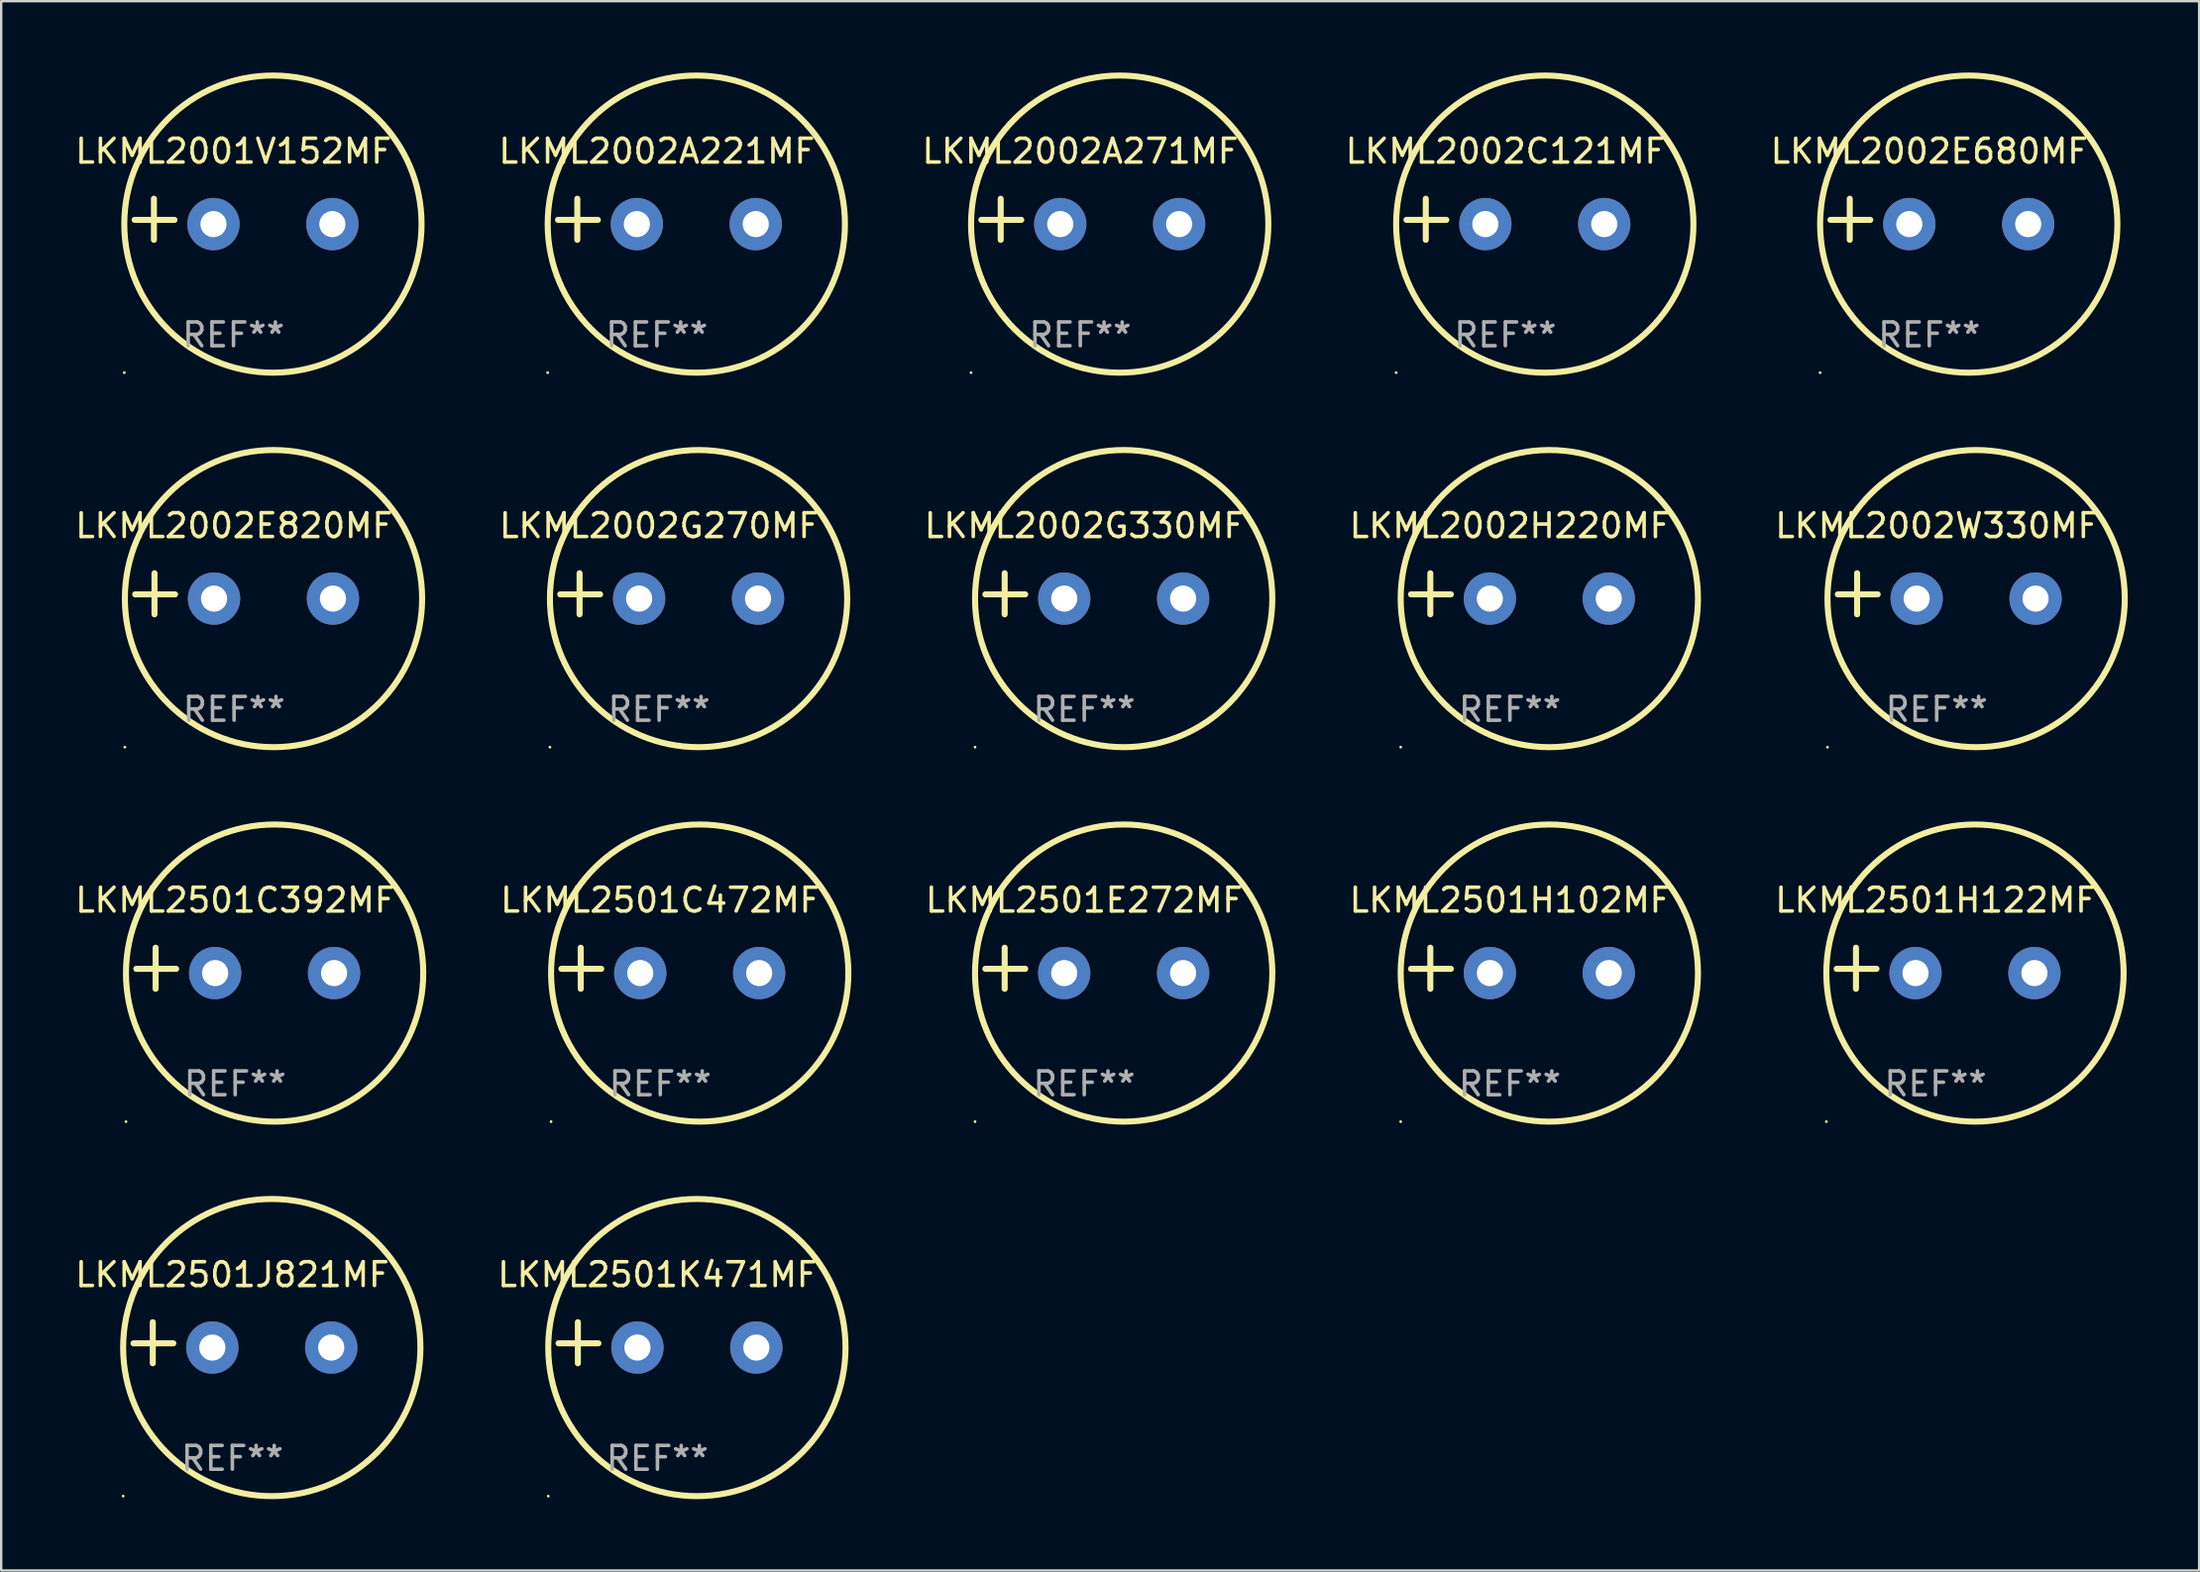
<source format=kicad_pcb>
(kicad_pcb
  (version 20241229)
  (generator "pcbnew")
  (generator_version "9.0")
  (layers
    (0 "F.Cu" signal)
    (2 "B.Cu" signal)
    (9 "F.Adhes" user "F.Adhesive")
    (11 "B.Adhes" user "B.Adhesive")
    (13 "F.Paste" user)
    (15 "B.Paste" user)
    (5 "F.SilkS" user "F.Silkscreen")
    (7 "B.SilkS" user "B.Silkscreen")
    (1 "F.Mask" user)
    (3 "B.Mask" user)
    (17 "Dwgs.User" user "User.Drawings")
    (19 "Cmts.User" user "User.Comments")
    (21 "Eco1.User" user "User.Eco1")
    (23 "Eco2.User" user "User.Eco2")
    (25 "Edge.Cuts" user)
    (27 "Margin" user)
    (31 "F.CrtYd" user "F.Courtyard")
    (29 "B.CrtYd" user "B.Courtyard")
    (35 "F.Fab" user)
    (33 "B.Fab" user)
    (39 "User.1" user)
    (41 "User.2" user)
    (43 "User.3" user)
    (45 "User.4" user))
  (footprint "LKML2002E680MF"
    (layer "F.Cu")
    (at 78.075 6.174)
    (property "Reference" "LKML2002E680MF" (at 0 -2.864 0) (layer "F.SilkS") (effects (font (size 1 1) (thickness 0.15))))
    (attr through_hole)
    (fp_line (start -3.346 0.864) (end -3.346 -0.864) (stroke (width 0.254) (type solid)) (layer "F.SilkS"))
    (fp_line (start -2.482 0.025) (end -4.158 0.025) (stroke (width 0.254) (type solid)) (layer "F.SilkS"))
    (fp_circle (center -4.592 6.453) (end -4.562 6.453) (stroke (width 0.06) (type solid)) (fill no) (layer "F.SilkS"))
    (fp_circle (center 1.658 0.203) (end 7.908 0.203) (stroke (width 0.254) (type solid)) (fill no) (layer "F.SilkS"))
    (fp_text user "REF**" (at 0 4.864 0) (layer "F.Fab") (effects (font (size 1 1) (thickness 0.15))))
    (pad "1" thru_hole circle (at -0.842 0.203) (size 2.2 2.2) (drill 1.1) (layers "*.Cu" "*.Mask"))
    (pad "2" thru_hole circle (at 4.158 0.203) (size 2.2 2.2) (drill 1.1) (layers "*.Cu" "*.Mask")))
  (footprint "LKML2002E820MF"
    (layer "F.Cu")
    (at 6.792 21.928)
    (property "Reference" "LKML2002E820MF" (at 0 -2.864 0) (layer "F.SilkS") (effects (font (size 1 1) (thickness 0.15))))
    (attr through_hole)
    (fp_line (start -3.346 0.864) (end -3.346 -0.864) (stroke (width 0.254) (type solid)) (layer "F.SilkS"))
    (fp_line (start -2.482 0.025) (end -4.158 0.025) (stroke (width 0.254) (type solid)) (layer "F.SilkS"))
    (fp_circle (center -4.592 6.453) (end -4.562 6.453) (stroke (width 0.06) (type solid)) (fill no) (layer "F.SilkS"))
    (fp_circle (center 1.658 0.203) (end 7.908 0.203) (stroke (width 0.254) (type solid)) (fill no) (layer "F.SilkS"))
    (fp_text user "REF**" (at 0 4.864 0) (layer "F.Fab") (effects (font (size 1 1) (thickness 0.15))))
    (pad "1" thru_hole circle (at -0.842 0.203) (size 2.2 2.2) (drill 1.1) (layers "*.Cu" "*.Mask"))
    (pad "2" thru_hole circle (at 4.158 0.203) (size 2.2 2.2) (drill 1.1) (layers "*.Cu" "*.Mask")))
  (footprint "LKML2501J821MF"
    (layer "F.Cu")
    (at 6.72 53.435)
    (property "Reference" "LKML2501J821MF" (at 0 -2.864 0) (layer "F.SilkS") (effects (font (size 1 1) (thickness 0.15))))
    (attr through_hole)
    (fp_line (start -3.346 0.864) (end -3.346 -0.864) (stroke (width 0.254) (type solid)) (layer "F.SilkS"))
    (fp_line (start -2.482 0.025) (end -4.158 0.025) (stroke (width 0.254) (type solid)) (layer "F.SilkS"))
    (fp_circle (center -4.592 6.453) (end -4.562 6.453) (stroke (width 0.06) (type solid)) (fill no) (layer "F.SilkS"))
    (fp_circle (center 1.658 0.203) (end 7.908 0.203) (stroke (width 0.254) (type solid)) (fill no) (layer "F.SilkS"))
    (fp_text user "REF**" (at 0 4.864 0) (layer "F.Fab") (effects (font (size 1 1) (thickness 0.15))))
    (pad "1" thru_hole circle (at -0.842 0.203) (size 2.2 2.2) (drill 1.1) (layers "*.Cu" "*.Mask"))
    (pad "2" thru_hole circle (at 4.158 0.203) (size 2.2 2.2) (drill 1.1) (layers "*.Cu" "*.Mask")))
  (footprint "LKML2002W330MF"
    (layer "F.Cu")
    (at 78.385 21.928)
    (property "Reference" "LKML2002W330MF" (at 0 -2.864 0) (layer "F.SilkS") (effects (font (size 1 1) (thickness 0.15))))
    (attr through_hole)
    (fp_line (start -3.346 0.864) (end -3.346 -0.864) (stroke (width 0.254) (type solid)) (layer "F.SilkS"))
    (fp_line (start -2.482 0.025) (end -4.158 0.025) (stroke (width 0.254) (type solid)) (layer "F.SilkS"))
    (fp_circle (center -4.592 6.453) (end -4.562 6.453) (stroke (width 0.06) (type solid)) (fill no) (layer "F.SilkS"))
    (fp_circle (center 1.658 0.203) (end 7.908 0.203) (stroke (width 0.254) (type solid)) (fill no) (layer "F.SilkS"))
    (fp_text user "REF**" (at 0 4.864 0) (layer "F.Fab") (effects (font (size 1 1) (thickness 0.15))))
    (pad "1" thru_hole circle (at -0.842 0.203) (size 2.2 2.2) (drill 1.1) (layers "*.Cu" "*.Mask"))
    (pad "2" thru_hole circle (at 4.158 0.203) (size 2.2 2.2) (drill 1.1) (layers "*.Cu" "*.Mask")))
  (footprint "LKML2501C472MF"
    (layer "F.Cu")
    (at 24.714 37.681)
    (property "Reference" "LKML2501C472MF" (at 0 -2.864 0) (layer "F.SilkS") (effects (font (size 1 1) (thickness 0.15))))
    (attr through_hole)
    (fp_line (start -3.346 0.864) (end -3.346 -0.864) (stroke (width 0.254) (type solid)) (layer "F.SilkS"))
    (fp_line (start -2.482 0.025) (end -4.158 0.025) (stroke (width 0.254) (type solid)) (layer "F.SilkS"))
    (fp_circle (center -4.592 6.453) (end -4.562 6.453) (stroke (width 0.06) (type solid)) (fill no) (layer "F.SilkS"))
    (fp_circle (center 1.658 0.203) (end 7.908 0.203) (stroke (width 0.254) (type solid)) (fill no) (layer "F.SilkS"))
    (fp_text user "REF**" (at 0 4.864 0) (layer "F.Fab") (effects (font (size 1 1) (thickness 0.15))))
    (pad "1" thru_hole circle (at -0.842 0.203) (size 2.2 2.2) (drill 1.1) (layers "*.Cu" "*.Mask"))
    (pad "2" thru_hole circle (at 4.158 0.203) (size 2.2 2.2) (drill 1.1) (layers "*.Cu" "*.Mask")))
  (footprint "LKML2001V152MF"
    (layer "F.Cu")
    (at 6.768 6.174)
    (property "Reference" "LKML2001V152MF" (at 0 -2.864 0) (layer "F.SilkS") (effects (font (size 1 1) (thickness 0.15))))
    (attr through_hole)
    (fp_line (start -3.346 0.864) (end -3.346 -0.864) (stroke (width 0.254) (type solid)) (layer "F.SilkS"))
    (fp_line (start -2.482 0.025) (end -4.158 0.025) (stroke (width 0.254) (type solid)) (layer "F.SilkS"))
    (fp_circle (center -4.592 6.453) (end -4.562 6.453) (stroke (width 0.06) (type solid)) (fill no) (layer "F.SilkS"))
    (fp_circle (center 1.658 0.203) (end 7.908 0.203) (stroke (width 0.254) (type solid)) (fill no) (layer "F.SilkS"))
    (fp_text user "REF**" (at 0 4.864 0) (layer "F.Fab") (effects (font (size 1 1) (thickness 0.15))))
    (pad "1" thru_hole circle (at -0.842 0.203) (size 2.2 2.2) (drill 1.1) (layers "*.Cu" "*.Mask"))
    (pad "2" thru_hole circle (at 4.158 0.203) (size 2.2 2.2) (drill 1.1) (layers "*.Cu" "*.Mask")))
  (footprint "LKML2002A221MF"
    (layer "F.Cu")
    (at 24.571 6.174)
    (property "Reference" "LKML2002A221MF" (at 0 -2.864 0) (layer "F.SilkS") (effects (font (size 1 1) (thickness 0.15))))
    (attr through_hole)
    (fp_line (start -3.346 0.864) (end -3.346 -0.864) (stroke (width 0.254) (type solid)) (layer "F.SilkS"))
    (fp_line (start -2.482 0.025) (end -4.158 0.025) (stroke (width 0.254) (type solid)) (layer "F.SilkS"))
    (fp_circle (center -4.592 6.453) (end -4.562 6.453) (stroke (width 0.06) (type solid)) (fill no) (layer "F.SilkS"))
    (fp_circle (center 1.658 0.203) (end 7.908 0.203) (stroke (width 0.254) (type solid)) (fill no) (layer "F.SilkS"))
    (fp_text user "REF**" (at 0 4.864 0) (layer "F.Fab") (effects (font (size 1 1) (thickness 0.15))))
    (pad "1" thru_hole circle (at -0.842 0.203) (size 2.2 2.2) (drill 1.1) (layers "*.Cu" "*.Mask"))
    (pad "2" thru_hole circle (at 4.158 0.203) (size 2.2 2.2) (drill 1.1) (layers "*.Cu" "*.Mask")))
  (footprint "LKML2002A271MF"
    (layer "F.Cu")
    (at 42.374 6.174)
    (property "Reference" "LKML2002A271MF" (at 0 -2.864 0) (layer "F.SilkS") (effects (font (size 1 1) (thickness 0.15))))
    (attr through_hole)
    (fp_line (start -3.346 0.864) (end -3.346 -0.864) (stroke (width 0.254) (type solid)) (layer "F.SilkS"))
    (fp_line (start -2.482 0.025) (end -4.158 0.025) (stroke (width 0.254) (type solid)) (layer "F.SilkS"))
    (fp_circle (center -4.592 6.453) (end -4.562 6.453) (stroke (width 0.06) (type solid)) (fill no) (layer "F.SilkS"))
    (fp_circle (center 1.658 0.203) (end 7.908 0.203) (stroke (width 0.254) (type solid)) (fill no) (layer "F.SilkS"))
    (fp_text user "REF**" (at 0 4.864 0) (layer "F.Fab") (effects (font (size 1 1) (thickness 0.15))))
    (pad "1" thru_hole circle (at -0.842 0.203) (size 2.2 2.2) (drill 1.1) (layers "*.Cu" "*.Mask"))
    (pad "2" thru_hole circle (at 4.158 0.203) (size 2.2 2.2) (drill 1.1) (layers "*.Cu" "*.Mask")))
  (footprint "LKML2501K471MF"
    (layer "F.Cu")
    (at 24.595 53.435)
    (property "Reference" "LKML2501K471MF" (at 0 -2.864 0) (layer "F.SilkS") (effects (font (size 1 1) (thickness 0.15))))
    (attr through_hole)
    (fp_line (start -3.346 0.864) (end -3.346 -0.864) (stroke (width 0.254) (type solid)) (layer "F.SilkS"))
    (fp_line (start -2.482 0.025) (end -4.158 0.025) (stroke (width 0.254) (type solid)) (layer "F.SilkS"))
    (fp_circle (center -4.592 6.453) (end -4.562 6.453) (stroke (width 0.06) (type solid)) (fill no) (layer "F.SilkS"))
    (fp_circle (center 1.658 0.203) (end 7.908 0.203) (stroke (width 0.254) (type solid)) (fill no) (layer "F.SilkS"))
    (fp_text user "REF**" (at 0 4.864 0) (layer "F.Fab") (effects (font (size 1 1) (thickness 0.15))))
    (pad "1" thru_hole circle (at -0.842 0.203) (size 2.2 2.2) (drill 1.1) (layers "*.Cu" "*.Mask"))
    (pad "2" thru_hole circle (at 4.158 0.203) (size 2.2 2.2) (drill 1.1) (layers "*.Cu" "*.Mask")))
  (footprint "LKML2002H220MF"
    (layer "F.Cu")
    (at 60.439 21.928)
    (property "Reference" "LKML2002H220MF" (at 0 -2.864 0) (layer "F.SilkS") (effects (font (size 1 1) (thickness 0.15))))
    (attr through_hole)
    (fp_line (start -3.346 0.864) (end -3.346 -0.864) (stroke (width 0.254) (type solid)) (layer "F.SilkS"))
    (fp_line (start -2.482 0.025) (end -4.158 0.025) (stroke (width 0.254) (type solid)) (layer "F.SilkS"))
    (fp_circle (center -4.592 6.453) (end -4.562 6.453) (stroke (width 0.06) (type solid)) (fill no) (layer "F.SilkS"))
    (fp_circle (center 1.658 0.203) (end 7.908 0.203) (stroke (width 0.254) (type solid)) (fill no) (layer "F.SilkS"))
    (fp_text user "REF**" (at 0 4.864 0) (layer "F.Fab") (effects (font (size 1 1) (thickness 0.15))))
    (pad "1" thru_hole circle (at -0.842 0.203) (size 2.2 2.2) (drill 1.1) (layers "*.Cu" "*.Mask"))
    (pad "2" thru_hole circle (at 4.158 0.203) (size 2.2 2.2) (drill 1.1) (layers "*.Cu" "*.Mask")))
  (footprint "LKML2501E272MF"
    (layer "F.Cu")
    (at 42.541 37.681)
    (property "Reference" "LKML2501E272MF" (at 0 -2.864 0) (layer "F.SilkS") (effects (font (size 1 1) (thickness 0.15))))
    (attr through_hole)
    (fp_line (start -3.346 0.864) (end -3.346 -0.864) (stroke (width 0.254) (type solid)) (layer "F.SilkS"))
    (fp_line (start -2.482 0.025) (end -4.158 0.025) (stroke (width 0.254) (type solid)) (layer "F.SilkS"))
    (fp_circle (center -4.592 6.453) (end -4.562 6.453) (stroke (width 0.06) (type solid)) (fill no) (layer "F.SilkS"))
    (fp_circle (center 1.658 0.203) (end 7.908 0.203) (stroke (width 0.254) (type solid)) (fill no) (layer "F.SilkS"))
    (fp_text user "REF**" (at 0 4.864 0) (layer "F.Fab") (effects (font (size 1 1) (thickness 0.15))))
    (pad "1" thru_hole circle (at -0.842 0.203) (size 2.2 2.2) (drill 1.1) (layers "*.Cu" "*.Mask"))
    (pad "2" thru_hole circle (at 4.158 0.203) (size 2.2 2.2) (drill 1.1) (layers "*.Cu" "*.Mask")))
  (footprint "LKML2501C392MF"
    (layer "F.Cu")
    (at 6.839 37.681)
    (property "Reference" "LKML2501C392MF" (at 0 -2.864 0) (layer "F.SilkS") (effects (font (size 1 1) (thickness 0.15))))
    (attr through_hole)
    (fp_line (start -3.346 0.864) (end -3.346 -0.864) (stroke (width 0.254) (type solid)) (layer "F.SilkS"))
    (fp_line (start -2.482 0.025) (end -4.158 0.025) (stroke (width 0.254) (type solid)) (layer "F.SilkS"))
    (fp_circle (center -4.592 6.453) (end -4.562 6.453) (stroke (width 0.06) (type solid)) (fill no) (layer "F.SilkS"))
    (fp_circle (center 1.658 0.203) (end 7.908 0.203) (stroke (width 0.254) (type solid)) (fill no) (layer "F.SilkS"))
    (fp_text user "REF**" (at 0 4.864 0) (layer "F.Fab") (effects (font (size 1 1) (thickness 0.15))))
    (pad "1" thru_hole circle (at -0.842 0.203) (size 2.2 2.2) (drill 1.1) (layers "*.Cu" "*.Mask"))
    (pad "2" thru_hole circle (at 4.158 0.203) (size 2.2 2.2) (drill 1.1) (layers "*.Cu" "*.Mask")))
  (footprint "LKML2501H102MF"
    (layer "F.Cu")
    (at 60.439 37.681)
    (property "Reference" "LKML2501H102MF" (at 0 -2.864 0) (layer "F.SilkS") (effects (font (size 1 1) (thickness 0.15))))
    (attr through_hole)
    (fp_line (start -3.346 0.864) (end -3.346 -0.864) (stroke (width 0.254) (type solid)) (layer "F.SilkS"))
    (fp_line (start -2.482 0.025) (end -4.158 0.025) (stroke (width 0.254) (type solid)) (layer "F.SilkS"))
    (fp_circle (center -4.592 6.453) (end -4.562 6.453) (stroke (width 0.06) (type solid)) (fill no) (layer "F.SilkS"))
    (fp_circle (center 1.658 0.203) (end 7.908 0.203) (stroke (width 0.254) (type solid)) (fill no) (layer "F.SilkS"))
    (fp_text user "REF**" (at 0 4.864 0) (layer "F.Fab") (effects (font (size 1 1) (thickness 0.15))))
    (pad "1" thru_hole circle (at -0.842 0.203) (size 2.2 2.2) (drill 1.1) (layers "*.Cu" "*.Mask"))
    (pad "2" thru_hole circle (at 4.158 0.203) (size 2.2 2.2) (drill 1.1) (layers "*.Cu" "*.Mask")))
  (footprint "LKML2002C121MF"
    (layer "F.Cu")
    (at 60.248 6.174)
    (property "Reference" "LKML2002C121MF" (at 0 -2.864 0) (layer "F.SilkS") (effects (font (size 1 1) (thickness 0.15))))
    (attr through_hole)
    (fp_line (start -3.346 0.864) (end -3.346 -0.864) (stroke (width 0.254) (type solid)) (layer "F.SilkS"))
    (fp_line (start -2.482 0.025) (end -4.158 0.025) (stroke (width 0.254) (type solid)) (layer "F.SilkS"))
    (fp_circle (center -4.592 6.453) (end -4.562 6.453) (stroke (width 0.06) (type solid)) (fill no) (layer "F.SilkS"))
    (fp_circle (center 1.658 0.203) (end 7.908 0.203) (stroke (width 0.254) (type solid)) (fill no) (layer "F.SilkS"))
    (fp_text user "REF**" (at 0 4.864 0) (layer "F.Fab") (effects (font (size 1 1) (thickness 0.15))))
    (pad "1" thru_hole circle (at -0.842 0.203) (size 2.2 2.2) (drill 1.1) (layers "*.Cu" "*.Mask"))
    (pad "2" thru_hole circle (at 4.158 0.203) (size 2.2 2.2) (drill 1.1) (layers "*.Cu" "*.Mask")))
  (footprint "LKML2501H122MF"
    (layer "F.Cu")
    (at 78.337 37.681)
    (property "Reference" "LKML2501H122MF" (at 0 -2.864 0) (layer "F.SilkS") (effects (font (size 1 1) (thickness 0.15))))
    (attr through_hole)
    (fp_line (start -3.346 0.864) (end -3.346 -0.864) (stroke (width 0.254) (type solid)) (layer "F.SilkS"))
    (fp_line (start -2.482 0.025) (end -4.158 0.025) (stroke (width 0.254) (type solid)) (layer "F.SilkS"))
    (fp_circle (center -4.592 6.453) (end -4.562 6.453) (stroke (width 0.06) (type solid)) (fill no) (layer "F.SilkS"))
    (fp_circle (center 1.658 0.203) (end 7.908 0.203) (stroke (width 0.254) (type solid)) (fill no) (layer "F.SilkS"))
    (fp_text user "REF**" (at 0 4.864 0) (layer "F.Fab") (effects (font (size 1 1) (thickness 0.15))))
    (pad "1" thru_hole circle (at -0.842 0.203) (size 2.2 2.2) (drill 1.1) (layers "*.Cu" "*.Mask"))
    (pad "2" thru_hole circle (at 4.158 0.203) (size 2.2 2.2) (drill 1.1) (layers "*.Cu" "*.Mask")))
  (footprint "LKML2002G270MF"
    (layer "F.Cu")
    (at 24.666 21.928)
    (property "Reference" "LKML2002G270MF" (at 0 -2.864 0) (layer "F.SilkS") (effects (font (size 1 1) (thickness 0.15))))
    (attr through_hole)
    (fp_line (start -3.346 0.864) (end -3.346 -0.864) (stroke (width 0.254) (type solid)) (layer "F.SilkS"))
    (fp_line (start -2.482 0.025) (end -4.158 0.025) (stroke (width 0.254) (type solid)) (layer "F.SilkS"))
    (fp_circle (center -4.592 6.453) (end -4.562 6.453) (stroke (width 0.06) (type solid)) (fill no) (layer "F.SilkS"))
    (fp_circle (center 1.658 0.203) (end 7.908 0.203) (stroke (width 0.254) (type solid)) (fill no) (layer "F.SilkS"))
    (fp_text user "REF**" (at 0 4.864 0) (layer "F.Fab") (effects (font (size 1 1) (thickness 0.15))))
    (pad "1" thru_hole circle (at -0.842 0.203) (size 2.2 2.2) (drill 1.1) (layers "*.Cu" "*.Mask"))
    (pad "2" thru_hole circle (at 4.158 0.203) (size 2.2 2.2) (drill 1.1) (layers "*.Cu" "*.Mask")))
  (footprint "LKML2002G330MF"
    (layer "F.Cu")
    (at 42.541 21.928)
    (property "Reference" "LKML2002G330MF" (at 0 -2.864 0) (layer "F.SilkS") (effects (font (size 1 1) (thickness 0.15))))
    (attr through_hole)
    (fp_line (start -3.346 0.864) (end -3.346 -0.864) (stroke (width 0.254) (type solid)) (layer "F.SilkS"))
    (fp_line (start -2.482 0.025) (end -4.158 0.025) (stroke (width 0.254) (type solid)) (layer "F.SilkS"))
    (fp_circle (center -4.592 6.453) (end -4.562 6.453) (stroke (width 0.06) (type solid)) (fill no) (layer "F.SilkS"))
    (fp_circle (center 1.658 0.203) (end 7.908 0.203) (stroke (width 0.254) (type solid)) (fill no) (layer "F.SilkS"))
    (fp_text user "REF**" (at 0 4.864 0) (layer "F.Fab") (effects (font (size 1 1) (thickness 0.15))))
    (pad "1" thru_hole circle (at -0.842 0.203) (size 2.2 2.2) (drill 1.1) (layers "*.Cu" "*.Mask"))
    (pad "2" thru_hole circle (at 4.158 0.203) (size 2.2 2.2) (drill 1.1) (layers "*.Cu" "*.Mask")))
  (gr_rect
    (start -3 -3)
    (end 89.42 63.015)
    (stroke (width 0.1) (type default))
    (fill no)
    (layer "Edge.Cuts")))
</source>
